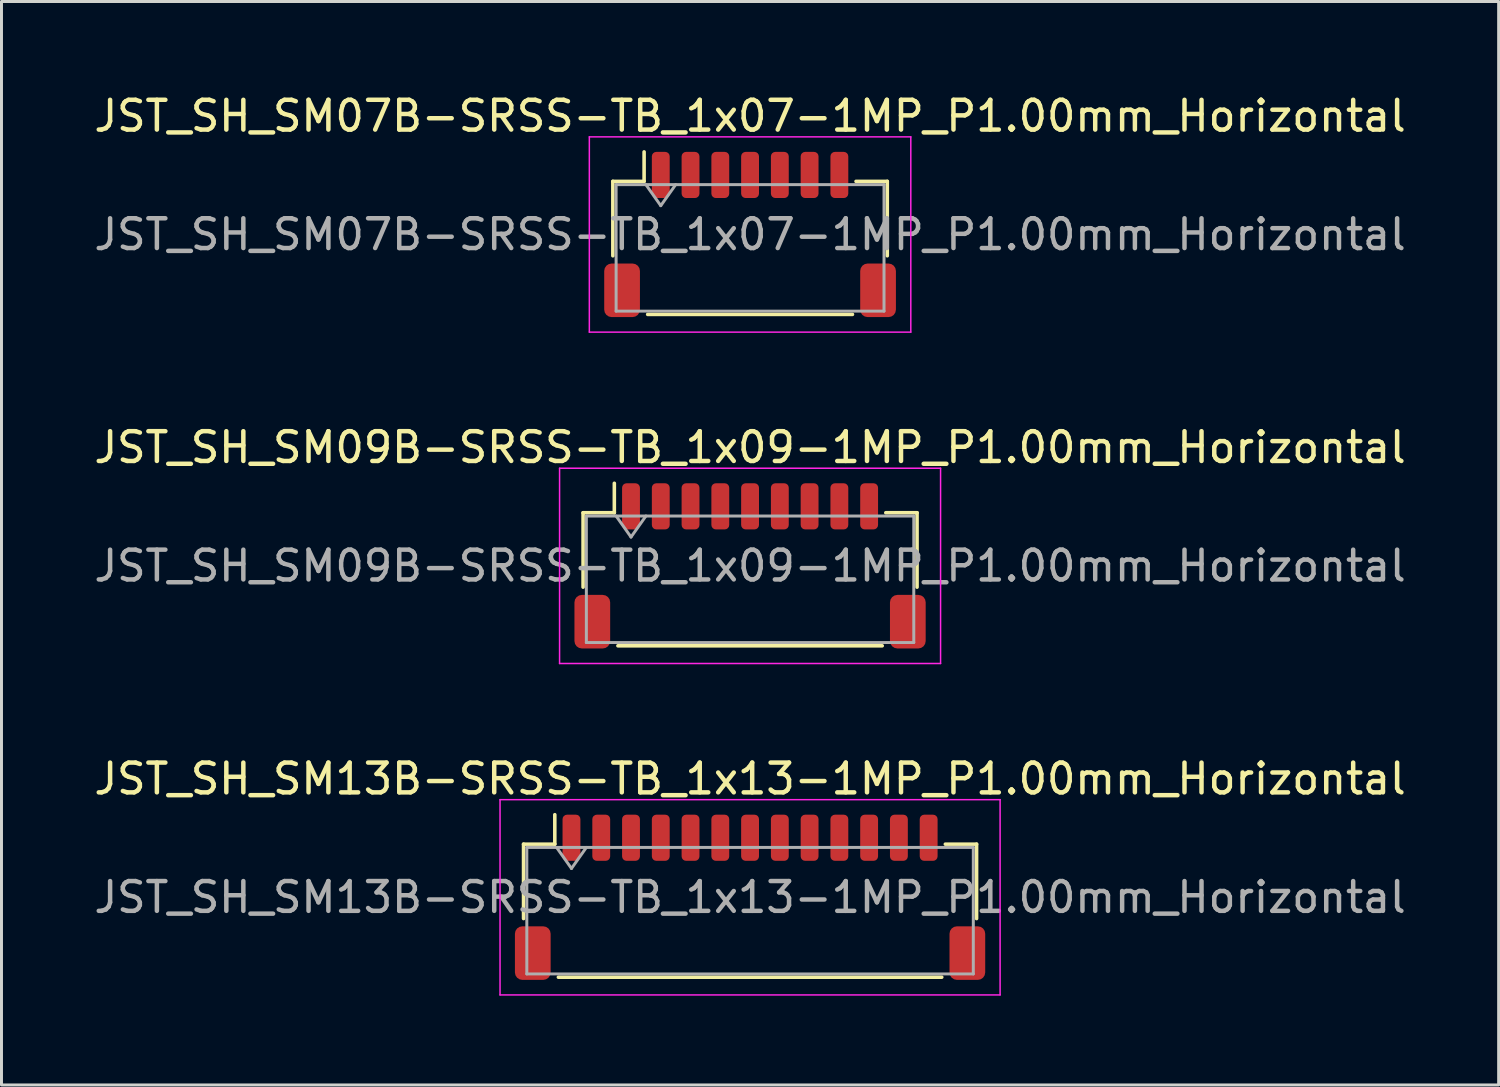
<source format=kicad_pcb>
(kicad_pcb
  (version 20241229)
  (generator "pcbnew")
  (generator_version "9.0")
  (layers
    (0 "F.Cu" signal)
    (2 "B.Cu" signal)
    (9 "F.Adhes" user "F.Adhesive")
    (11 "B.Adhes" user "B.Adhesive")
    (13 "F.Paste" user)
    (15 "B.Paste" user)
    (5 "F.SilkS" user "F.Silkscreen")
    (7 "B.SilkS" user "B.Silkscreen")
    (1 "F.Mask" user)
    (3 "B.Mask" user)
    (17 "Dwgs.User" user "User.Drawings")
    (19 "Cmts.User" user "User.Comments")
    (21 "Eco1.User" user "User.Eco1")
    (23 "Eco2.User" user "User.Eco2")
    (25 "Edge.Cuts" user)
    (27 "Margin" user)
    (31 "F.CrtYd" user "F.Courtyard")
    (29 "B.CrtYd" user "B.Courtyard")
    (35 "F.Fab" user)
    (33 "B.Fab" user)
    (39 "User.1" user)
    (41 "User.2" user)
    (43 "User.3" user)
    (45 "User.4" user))
  (footprint "JST_SH_SM07B-SRSS-TB_1x07-1MP_P1.00mm_Horizontal"
    (layer "F.Cu")
    (at 22.149 4.828)
    (property "Reference" "JST_SH_SM07B-SRSS-TB_1x07-1MP_P1.00mm_Horizontal" (at 0 -3.98 0) (layer "F.SilkS") (effects (font (size 1 1) (thickness 0.15))))
    (attr smd)
    (fp_line (start -4.61 -1.785) (end -3.56 -1.785) (stroke (width 0.12) (type solid)) (layer "F.SilkS"))
    (fp_line (start -4.61 0.715) (end -4.61 -1.785) (stroke (width 0.12) (type solid)) (layer "F.SilkS"))
    (fp_line (start -3.56 -1.785) (end -3.56 -2.775) (stroke (width 0.12) (type solid)) (layer "F.SilkS"))
    (fp_line (start -3.44 2.685) (end 3.44 2.685) (stroke (width 0.12) (type solid)) (layer "F.SilkS"))
    (fp_line (start 4.61 -1.785) (end 3.56 -1.785) (stroke (width 0.12) (type solid)) (layer "F.SilkS"))
    (fp_line (start 4.61 0.715) (end 4.61 -1.785) (stroke (width 0.12) (type solid)) (layer "F.SilkS"))
    (fp_line (start -5.4 -3.28) (end -5.4 3.28) (stroke (width 0.05) (type solid)) (layer "F.CrtYd"))
    (fp_line (start -5.4 3.28) (end 5.4 3.28) (stroke (width 0.05) (type solid)) (layer "F.CrtYd"))
    (fp_line (start 5.4 -3.28) (end -5.4 -3.28) (stroke (width 0.05) (type solid)) (layer "F.CrtYd"))
    (fp_line (start 5.4 3.28) (end 5.4 -3.28) (stroke (width 0.05) (type solid)) (layer "F.CrtYd"))
    (fp_line (start -4.5 -1.675) (end -4.5 2.575) (stroke (width 0.1) (type solid)) (layer "F.Fab"))
    (fp_line (start -4.5 -1.675) (end 4.5 -1.675) (stroke (width 0.1) (type solid)) (layer "F.Fab"))
    (fp_line (start -4.5 2.575) (end 4.5 2.575) (stroke (width 0.1) (type solid)) (layer "F.Fab"))
    (fp_line (start -3.5 -1.675) (end -3 -0.968) (stroke (width 0.1) (type solid)) (layer "F.Fab"))
    (fp_line (start -3 -0.968) (end -2.5 -1.675) (stroke (width 0.1) (type solid)) (layer "F.Fab"))
    (fp_line (start 4.5 -1.675) (end 4.5 2.575) (stroke (width 0.1) (type solid)) (layer "F.Fab"))
    (fp_text user "${REFERENCE}" (at 0 0 0) (layer "F.Fab") (effects (font (size 1 1) (thickness 0.15))))
    (pad "1" smd roundrect (at -3 -2) (size 0.6 1.55) (layers "F.Cu" "F.Mask" "F.Paste") (roundrect_rratio 0.25))
    (pad "2" smd roundrect (at -2 -2) (size 0.6 1.55) (layers "F.Cu" "F.Mask" "F.Paste") (roundrect_rratio 0.25))
    (pad "3" smd roundrect (at -1 -2) (size 0.6 1.55) (layers "F.Cu" "F.Mask" "F.Paste") (roundrect_rratio 0.25))
    (pad "4" smd roundrect (at 0 -2) (size 0.6 1.55) (layers "F.Cu" "F.Mask" "F.Paste") (roundrect_rratio 0.25))
    (pad "5" smd roundrect (at 1 -2) (size 0.6 1.55) (layers "F.Cu" "F.Mask" "F.Paste") (roundrect_rratio 0.25))
    (pad "6" smd roundrect (at 2 -2) (size 0.6 1.55) (layers "F.Cu" "F.Mask" "F.Paste") (roundrect_rratio 0.25))
    (pad "7" smd roundrect (at 3 -2) (size 0.6 1.55) (layers "F.Cu" "F.Mask" "F.Paste") (roundrect_rratio 0.25))
    (pad "MP" smd roundrect (at -4.3 1.875) (size 1.2 1.8) (layers "F.Cu" "F.Mask" "F.Paste") (roundrect_rratio 0.208))
    (pad "MP" smd roundrect (at 4.3 1.875) (size 1.2 1.8) (layers "F.Cu" "F.Mask" "F.Paste") (roundrect_rratio 0.208)))
  (footprint "JST_SH_SM13B-SRSS-TB_1x13-1MP_P1.00mm_Horizontal"
    (layer "F.Cu")
    (at 22.149 27.095)
    (property "Reference" "JST_SH_SM13B-SRSS-TB_1x13-1MP_P1.00mm_Horizontal" (at 0 -3.98 0) (layer "F.SilkS") (effects (font (size 1 1) (thickness 0.15))))
    (attr smd)
    (fp_line (start -7.61 -1.785) (end -6.56 -1.785) (stroke (width 0.12) (type solid)) (layer "F.SilkS"))
    (fp_line (start -7.61 0.715) (end -7.61 -1.785) (stroke (width 0.12) (type solid)) (layer "F.SilkS"))
    (fp_line (start -6.56 -1.785) (end -6.56 -2.775) (stroke (width 0.12) (type solid)) (layer "F.SilkS"))
    (fp_line (start -6.44 2.685) (end 6.44 2.685) (stroke (width 0.12) (type solid)) (layer "F.SilkS"))
    (fp_line (start 7.61 -1.785) (end 6.56 -1.785) (stroke (width 0.12) (type solid)) (layer "F.SilkS"))
    (fp_line (start 7.61 0.715) (end 7.61 -1.785) (stroke (width 0.12) (type solid)) (layer "F.SilkS"))
    (fp_line (start -8.4 -3.28) (end -8.4 3.28) (stroke (width 0.05) (type solid)) (layer "F.CrtYd"))
    (fp_line (start -8.4 3.28) (end 8.4 3.28) (stroke (width 0.05) (type solid)) (layer "F.CrtYd"))
    (fp_line (start 8.4 -3.28) (end -8.4 -3.28) (stroke (width 0.05) (type solid)) (layer "F.CrtYd"))
    (fp_line (start 8.4 3.28) (end 8.4 -3.28) (stroke (width 0.05) (type solid)) (layer "F.CrtYd"))
    (fp_line (start -7.5 -1.675) (end -7.5 2.575) (stroke (width 0.1) (type solid)) (layer "F.Fab"))
    (fp_line (start -7.5 -1.675) (end 7.5 -1.675) (stroke (width 0.1) (type solid)) (layer "F.Fab"))
    (fp_line (start -7.5 2.575) (end 7.5 2.575) (stroke (width 0.1) (type solid)) (layer "F.Fab"))
    (fp_line (start -6.5 -1.675) (end -6 -0.968) (stroke (width 0.1) (type solid)) (layer "F.Fab"))
    (fp_line (start -6 -0.968) (end -5.5 -1.675) (stroke (width 0.1) (type solid)) (layer "F.Fab"))
    (fp_line (start 7.5 -1.675) (end 7.5 2.575) (stroke (width 0.1) (type solid)) (layer "F.Fab"))
    (fp_text user "${REFERENCE}" (at 0 0 0) (layer "F.Fab") (effects (font (size 1 1) (thickness 0.15))))
    (pad "1" smd roundrect (at -6 -2) (size 0.6 1.55) (layers "F.Cu" "F.Mask" "F.Paste") (roundrect_rratio 0.25))
    (pad "2" smd roundrect (at -5 -2) (size 0.6 1.55) (layers "F.Cu" "F.Mask" "F.Paste") (roundrect_rratio 0.25))
    (pad "3" smd roundrect (at -4 -2) (size 0.6 1.55) (layers "F.Cu" "F.Mask" "F.Paste") (roundrect_rratio 0.25))
    (pad "4" smd roundrect (at -3 -2) (size 0.6 1.55) (layers "F.Cu" "F.Mask" "F.Paste") (roundrect_rratio 0.25))
    (pad "5" smd roundrect (at -2 -2) (size 0.6 1.55) (layers "F.Cu" "F.Mask" "F.Paste") (roundrect_rratio 0.25))
    (pad "6" smd roundrect (at -1 -2) (size 0.6 1.55) (layers "F.Cu" "F.Mask" "F.Paste") (roundrect_rratio 0.25))
    (pad "7" smd roundrect (at 0 -2) (size 0.6 1.55) (layers "F.Cu" "F.Mask" "F.Paste") (roundrect_rratio 0.25))
    (pad "8" smd roundrect (at 1 -2) (size 0.6 1.55) (layers "F.Cu" "F.Mask" "F.Paste") (roundrect_rratio 0.25))
    (pad "9" smd roundrect (at 2 -2) (size 0.6 1.55) (layers "F.Cu" "F.Mask" "F.Paste") (roundrect_rratio 0.25))
    (pad "10" smd roundrect (at 3 -2) (size 0.6 1.55) (layers "F.Cu" "F.Mask" "F.Paste") (roundrect_rratio 0.25))
    (pad "11" smd roundrect (at 4 -2) (size 0.6 1.55) (layers "F.Cu" "F.Mask" "F.Paste") (roundrect_rratio 0.25))
    (pad "12" smd roundrect (at 5 -2) (size 0.6 1.55) (layers "F.Cu" "F.Mask" "F.Paste") (roundrect_rratio 0.25))
    (pad "13" smd roundrect (at 6 -2) (size 0.6 1.55) (layers "F.Cu" "F.Mask" "F.Paste") (roundrect_rratio 0.25))
    (pad "MP" smd roundrect (at -7.3 1.875) (size 1.2 1.8) (layers "F.Cu" "F.Mask" "F.Paste") (roundrect_rratio 0.208))
    (pad "MP" smd roundrect (at 7.3 1.875) (size 1.2 1.8) (layers "F.Cu" "F.Mask" "F.Paste") (roundrect_rratio 0.208)))
  (footprint "JST_SH_SM09B-SRSS-TB_1x09-1MP_P1.00mm_Horizontal"
    (layer "F.Cu")
    (at 22.149 15.961)
    (property "Reference" "JST_SH_SM09B-SRSS-TB_1x09-1MP_P1.00mm_Horizontal" (at 0 -3.98 0) (layer "F.SilkS") (effects (font (size 1 1) (thickness 0.15))))
    (attr smd)
    (fp_line (start -5.61 -1.785) (end -4.56 -1.785) (stroke (width 0.12) (type solid)) (layer "F.SilkS"))
    (fp_line (start -5.61 0.715) (end -5.61 -1.785) (stroke (width 0.12) (type solid)) (layer "F.SilkS"))
    (fp_line (start -4.56 -1.785) (end -4.56 -2.775) (stroke (width 0.12) (type solid)) (layer "F.SilkS"))
    (fp_line (start -4.44 2.685) (end 4.44 2.685) (stroke (width 0.12) (type solid)) (layer "F.SilkS"))
    (fp_line (start 5.61 -1.785) (end 4.56 -1.785) (stroke (width 0.12) (type solid)) (layer "F.SilkS"))
    (fp_line (start 5.61 0.715) (end 5.61 -1.785) (stroke (width 0.12) (type solid)) (layer "F.SilkS"))
    (fp_line (start -6.4 -3.28) (end -6.4 3.28) (stroke (width 0.05) (type solid)) (layer "F.CrtYd"))
    (fp_line (start -6.4 3.28) (end 6.4 3.28) (stroke (width 0.05) (type solid)) (layer "F.CrtYd"))
    (fp_line (start 6.4 -3.28) (end -6.4 -3.28) (stroke (width 0.05) (type solid)) (layer "F.CrtYd"))
    (fp_line (start 6.4 3.28) (end 6.4 -3.28) (stroke (width 0.05) (type solid)) (layer "F.CrtYd"))
    (fp_line (start -5.5 -1.675) (end -5.5 2.575) (stroke (width 0.1) (type solid)) (layer "F.Fab"))
    (fp_line (start -5.5 -1.675) (end 5.5 -1.675) (stroke (width 0.1) (type solid)) (layer "F.Fab"))
    (fp_line (start -5.5 2.575) (end 5.5 2.575) (stroke (width 0.1) (type solid)) (layer "F.Fab"))
    (fp_line (start -4.5 -1.675) (end -4 -0.968) (stroke (width 0.1) (type solid)) (layer "F.Fab"))
    (fp_line (start -4 -0.968) (end -3.5 -1.675) (stroke (width 0.1) (type solid)) (layer "F.Fab"))
    (fp_line (start 5.5 -1.675) (end 5.5 2.575) (stroke (width 0.1) (type solid)) (layer "F.Fab"))
    (fp_text user "${REFERENCE}" (at 0 0 0) (layer "F.Fab") (effects (font (size 1 1) (thickness 0.15))))
    (pad "1" smd roundrect (at -4 -2) (size 0.6 1.55) (layers "F.Cu" "F.Mask" "F.Paste") (roundrect_rratio 0.25))
    (pad "2" smd roundrect (at -3 -2) (size 0.6 1.55) (layers "F.Cu" "F.Mask" "F.Paste") (roundrect_rratio 0.25))
    (pad "3" smd roundrect (at -2 -2) (size 0.6 1.55) (layers "F.Cu" "F.Mask" "F.Paste") (roundrect_rratio 0.25))
    (pad "4" smd roundrect (at -1 -2) (size 0.6 1.55) (layers "F.Cu" "F.Mask" "F.Paste") (roundrect_rratio 0.25))
    (pad "5" smd roundrect (at 0 -2) (size 0.6 1.55) (layers "F.Cu" "F.Mask" "F.Paste") (roundrect_rratio 0.25))
    (pad "6" smd roundrect (at 1 -2) (size 0.6 1.55) (layers "F.Cu" "F.Mask" "F.Paste") (roundrect_rratio 0.25))
    (pad "7" smd roundrect (at 2 -2) (size 0.6 1.55) (layers "F.Cu" "F.Mask" "F.Paste") (roundrect_rratio 0.25))
    (pad "8" smd roundrect (at 3 -2) (size 0.6 1.55) (layers "F.Cu" "F.Mask" "F.Paste") (roundrect_rratio 0.25))
    (pad "9" smd roundrect (at 4 -2) (size 0.6 1.55) (layers "F.Cu" "F.Mask" "F.Paste") (roundrect_rratio 0.25))
    (pad "MP" smd roundrect (at -5.3 1.875) (size 1.2 1.8) (layers "F.Cu" "F.Mask" "F.Paste") (roundrect_rratio 0.208))
    (pad "MP" smd roundrect (at 5.3 1.875) (size 1.2 1.8) (layers "F.Cu" "F.Mask" "F.Paste") (roundrect_rratio 0.208)))
  (gr_rect
    (start -3 -3)
    (end 47.298 33.4)
    (stroke (width 0.1) (type default))
    (fill no)
    (layer "Edge.Cuts")))
</source>
